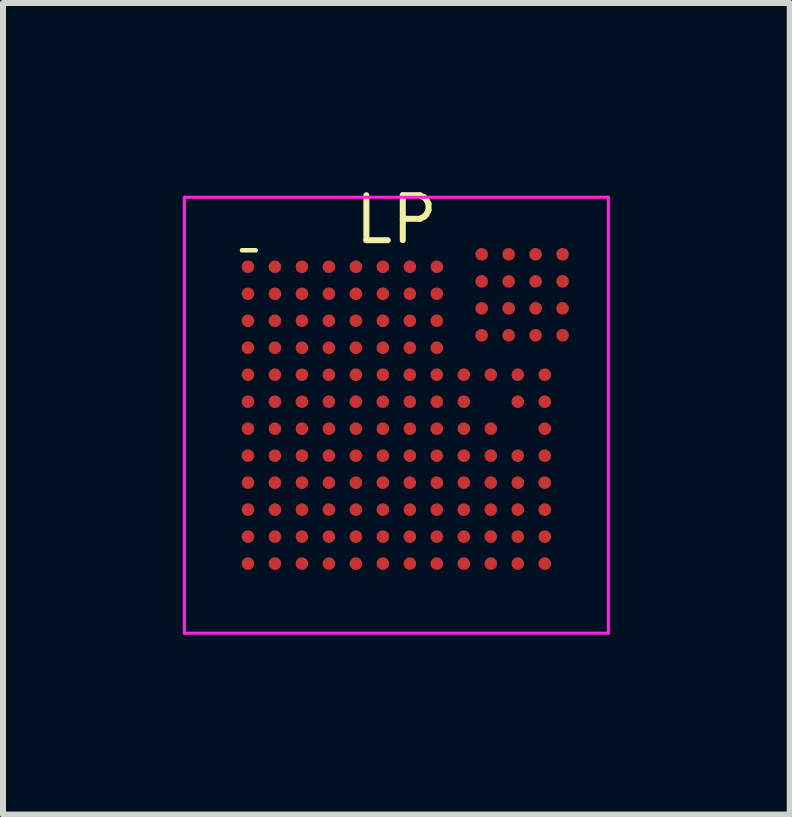
<source format=kicad_pcb>
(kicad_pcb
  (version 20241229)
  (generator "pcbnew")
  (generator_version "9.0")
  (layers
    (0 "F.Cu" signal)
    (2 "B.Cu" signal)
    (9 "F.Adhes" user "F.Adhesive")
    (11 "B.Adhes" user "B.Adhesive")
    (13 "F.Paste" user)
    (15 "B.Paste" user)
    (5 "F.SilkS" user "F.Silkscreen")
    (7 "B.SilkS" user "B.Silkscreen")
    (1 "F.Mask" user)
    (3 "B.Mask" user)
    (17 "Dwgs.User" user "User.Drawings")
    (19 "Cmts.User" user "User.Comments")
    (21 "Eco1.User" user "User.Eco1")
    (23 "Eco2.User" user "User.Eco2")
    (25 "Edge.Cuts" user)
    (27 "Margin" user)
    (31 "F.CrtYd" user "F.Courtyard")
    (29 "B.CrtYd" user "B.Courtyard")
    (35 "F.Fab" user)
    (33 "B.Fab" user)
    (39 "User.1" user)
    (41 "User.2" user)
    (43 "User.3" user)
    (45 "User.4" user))
  (footprint "LP"
    (layer "F.Cu")
    (at 3.56 3.874)
    (property "Reference" "LP" (at 0 -3.26 0) (layer "F.SilkS") (effects (font (size 0.75 0.75) (thickness 0.1))))
    (fp_line (start -2.575 -2.75) (end -2.346 -2.75) (stroke (width 0.076) (type solid)) (layer "F.SilkS"))
    (fp_line (start -3.535 -3.635) (end -3.535 3.635) (stroke (width 0.05) (type solid)) (layer "F.CrtYd"))
    (fp_line (start -3.535 3.635) (end 3.535 3.635) (stroke (width 0.05) (type solid)) (layer "F.CrtYd"))
    (fp_line (start 3.535 -3.635) (end -3.535 -3.635) (stroke (width 0.05) (type solid)) (layer "F.CrtYd"))
    (fp_line (start 3.535 3.635) (end 3.535 -3.635) (stroke (width 0.05) (type solid)) (layer "F.CrtYd"))
    (pad "A1" smd circle (at -2.475 -2.475) (size 0.21 0.21) (layers "F.Cu" "F.Mask"))
    (pad "A2" smd circle (at -2.025 -2.475) (size 0.21 0.21) (layers "F.Cu" "F.Mask"))
    (pad "A3" smd circle (at -1.575 -2.475) (size 0.21 0.21) (layers "F.Cu" "F.Mask"))
    (pad "A4" smd circle (at -1.125 -2.475) (size 0.21 0.21) (layers "F.Cu" "F.Mask"))
    (pad "A5" smd circle (at -0.675 -2.475) (size 0.21 0.21) (layers "F.Cu" "F.Mask"))
    (pad "A6" smd circle (at -0.225 -2.475) (size 0.21 0.21) (layers "F.Cu" "F.Mask"))
    (pad "A7" smd circle (at 0.225 -2.475) (size 0.21 0.21) (layers "F.Cu" "F.Mask"))
    (pad "A8" smd circle (at 0.675 -2.475) (size 0.21 0.21) (layers "F.Cu" "F.Mask"))
    (pad "A9" smd circle (at 1.423 -2.683) (size 0.21 0.21) (layers "F.Cu" "F.Mask"))
    (pad "A10" smd circle (at 1.873 -2.683) (size 0.21 0.21) (layers "F.Cu" "F.Mask"))
    (pad "A11" smd circle (at 2.322 -2.683) (size 0.21 0.21) (layers "F.Cu" "F.Mask"))
    (pad "A12" smd circle (at 2.772 -2.683) (size 0.21 0.21) (layers "F.Cu" "F.Mask"))
    (pad "B1" smd circle (at -2.475 -2.025) (size 0.21 0.21) (layers "F.Cu" "F.Mask"))
    (pad "B2" smd circle (at -2.025 -2.025) (size 0.21 0.21) (layers "F.Cu" "F.Mask"))
    (pad "B3" smd circle (at -1.575 -2.025) (size 0.21 0.21) (layers "F.Cu" "F.Mask"))
    (pad "B4" smd circle (at -1.125 -2.025) (size 0.21 0.21) (layers "F.Cu" "F.Mask"))
    (pad "B5" smd circle (at -0.675 -2.025) (size 0.21 0.21) (layers "F.Cu" "F.Mask"))
    (pad "B6" smd circle (at -0.225 -2.025) (size 0.21 0.21) (layers "F.Cu" "F.Mask"))
    (pad "B7" smd circle (at 0.225 -2.025) (size 0.21 0.21) (layers "F.Cu" "F.Mask"))
    (pad "B8" smd circle (at 0.675 -2.025) (size 0.21 0.21) (layers "F.Cu" "F.Mask"))
    (pad "B9" smd circle (at 1.423 -2.232) (size 0.21 0.21) (layers "F.Cu" "F.Mask"))
    (pad "B10" smd circle (at 1.873 -2.232) (size 0.21 0.21) (layers "F.Cu" "F.Mask"))
    (pad "B11" smd circle (at 2.322 -2.232) (size 0.21 0.21) (layers "F.Cu" "F.Mask"))
    (pad "B12" smd circle (at 2.772 -2.232) (size 0.21 0.21) (layers "F.Cu" "F.Mask"))
    (pad "C1" smd circle (at -2.475 -1.575) (size 0.21 0.21) (layers "F.Cu" "F.Mask"))
    (pad "C2" smd circle (at -2.025 -1.575) (size 0.21 0.21) (layers "F.Cu" "F.Mask"))
    (pad "C3" smd circle (at -1.575 -1.575) (size 0.21 0.21) (layers "F.Cu" "F.Mask"))
    (pad "C4" smd circle (at -1.125 -1.575) (size 0.21 0.21) (layers "F.Cu" "F.Mask"))
    (pad "C5" smd circle (at -0.675 -1.575) (size 0.21 0.21) (layers "F.Cu" "F.Mask"))
    (pad "C6" smd circle (at -0.225 -1.575) (size 0.21 0.21) (layers "F.Cu" "F.Mask"))
    (pad "C7" smd circle (at 0.225 -1.575) (size 0.21 0.21) (layers "F.Cu" "F.Mask"))
    (pad "C8" smd circle (at 0.675 -1.575) (size 0.21 0.21) (layers "F.Cu" "F.Mask"))
    (pad "C9" smd circle (at 1.423 -1.782) (size 0.21 0.21) (layers "F.Cu" "F.Mask"))
    (pad "C10" smd circle (at 1.873 -1.782) (size 0.21 0.21) (layers "F.Cu" "F.Mask"))
    (pad "C11" smd circle (at 2.322 -1.782) (size 0.21 0.21) (layers "F.Cu" "F.Mask"))
    (pad "C12" smd circle (at 2.772 -1.782) (size 0.21 0.21) (layers "F.Cu" "F.Mask"))
    (pad "D1" smd circle (at -2.475 -1.125) (size 0.21 0.21) (layers "F.Cu" "F.Mask"))
    (pad "D2" smd circle (at -2.025 -1.125) (size 0.21 0.21) (layers "F.Cu" "F.Mask"))
    (pad "D3" smd circle (at -1.575 -1.125) (size 0.21 0.21) (layers "F.Cu" "F.Mask"))
    (pad "D4" smd circle (at -1.125 -1.125) (size 0.21 0.21) (layers "F.Cu" "F.Mask"))
    (pad "D5" smd circle (at -0.675 -1.125) (size 0.21 0.21) (layers "F.Cu" "F.Mask"))
    (pad "D6" smd circle (at -0.225 -1.125) (size 0.21 0.21) (layers "F.Cu" "F.Mask"))
    (pad "D7" smd circle (at 0.225 -1.125) (size 0.21 0.21) (layers "F.Cu" "F.Mask"))
    (pad "D8" smd circle (at 0.675 -1.125) (size 0.21 0.21) (layers "F.Cu" "F.Mask"))
    (pad "D9" smd circle (at 1.423 -1.333) (size 0.21 0.21) (layers "F.Cu" "F.Mask"))
    (pad "D10" smd circle (at 1.873 -1.333) (size 0.21 0.21) (layers "F.Cu" "F.Mask"))
    (pad "D11" smd circle (at 2.322 -1.333) (size 0.21 0.21) (layers "F.Cu" "F.Mask"))
    (pad "D12" smd circle (at 2.772 -1.333) (size 0.21 0.21) (layers "F.Cu" "F.Mask"))
    (pad "E1" smd circle (at -2.475 -0.675) (size 0.21 0.21) (layers "F.Cu" "F.Mask"))
    (pad "E2" smd circle (at -2.025 -0.675) (size 0.21 0.21) (layers "F.Cu" "F.Mask"))
    (pad "E3" smd circle (at -1.575 -0.675) (size 0.21 0.21) (layers "F.Cu" "F.Mask"))
    (pad "E4" smd circle (at -1.125 -0.675) (size 0.21 0.21) (layers "F.Cu" "F.Mask"))
    (pad "E5" smd circle (at -0.675 -0.675) (size 0.21 0.21) (layers "F.Cu" "F.Mask"))
    (pad "E6" smd circle (at -0.225 -0.675) (size 0.21 0.21) (layers "F.Cu" "F.Mask"))
    (pad "E7" smd circle (at 0.225 -0.675) (size 0.21 0.21) (layers "F.Cu" "F.Mask"))
    (pad "E8" smd circle (at 0.675 -0.675) (size 0.21 0.21) (layers "F.Cu" "F.Mask"))
    (pad "E9" smd circle (at 1.125 -0.675) (size 0.21 0.21) (layers "F.Cu" "F.Mask"))
    (pad "E10" smd circle (at 1.575 -0.675) (size 0.21 0.21) (layers "F.Cu" "F.Mask"))
    (pad "E11" smd circle (at 2.025 -0.675) (size 0.21 0.21) (layers "F.Cu" "F.Mask"))
    (pad "E12" smd circle (at 2.475 -0.675) (size 0.21 0.21) (layers "F.Cu" "F.Mask"))
    (pad "F1" smd circle (at -2.475 -0.225) (size 0.21 0.21) (layers "F.Cu" "F.Mask"))
    (pad "F2" smd circle (at -2.025 -0.225) (size 0.21 0.21) (layers "F.Cu" "F.Mask"))
    (pad "F3" smd circle (at -1.575 -0.225) (size 0.21 0.21) (layers "F.Cu" "F.Mask"))
    (pad "F4" smd circle (at -1.125 -0.225) (size 0.21 0.21) (layers "F.Cu" "F.Mask"))
    (pad "F5" smd circle (at -0.675 -0.225) (size 0.21 0.21) (layers "F.Cu" "F.Mask"))
    (pad "F6" smd circle (at -0.225 -0.225) (size 0.21 0.21) (layers "F.Cu" "F.Mask"))
    (pad "F7" smd circle (at 0.225 -0.225) (size 0.21 0.21) (layers "F.Cu" "F.Mask"))
    (pad "F8" smd circle (at 0.675 -0.225) (size 0.21 0.21) (layers "F.Cu" "F.Mask"))
    (pad "F9" smd circle (at 1.125 -0.225) (size 0.21 0.21) (layers "F.Cu" "F.Mask"))
    (pad "F11" smd circle (at 2.025 -0.225) (size 0.21 0.21) (layers "F.Cu" "F.Mask"))
    (pad "F12" smd circle (at 2.475 -0.225) (size 0.21 0.21) (layers "F.Cu" "F.Mask"))
    (pad "G1" smd circle (at -2.475 0.225) (size 0.21 0.21) (layers "F.Cu" "F.Mask"))
    (pad "G2" smd circle (at -2.025 0.225) (size 0.21 0.21) (layers "F.Cu" "F.Mask"))
    (pad "G3" smd circle (at -1.575 0.225) (size 0.21 0.21) (layers "F.Cu" "F.Mask"))
    (pad "G4" smd circle (at -1.125 0.225) (size 0.21 0.21) (layers "F.Cu" "F.Mask"))
    (pad "G5" smd circle (at -0.675 0.225) (size 0.21 0.21) (layers "F.Cu" "F.Mask"))
    (pad "G6" smd circle (at -0.225 0.225) (size 0.21 0.21) (layers "F.Cu" "F.Mask"))
    (pad "G7" smd circle (at 0.225 0.225) (size 0.21 0.21) (layers "F.Cu" "F.Mask"))
    (pad "G8" smd circle (at 0.675 0.225) (size 0.21 0.21) (layers "F.Cu" "F.Mask"))
    (pad "G9" smd circle (at 1.125 0.225) (size 0.21 0.21) (layers "F.Cu" "F.Mask"))
    (pad "G10" smd circle (at 1.575 0.225) (size 0.21 0.21) (layers "F.Cu" "F.Mask"))
    (pad "G12" smd circle (at 2.475 0.225) (size 0.21 0.21) (layers "F.Cu" "F.Mask"))
    (pad "H1" smd circle (at -2.475 0.675) (size 0.21 0.21) (layers "F.Cu" "F.Mask"))
    (pad "H2" smd circle (at -2.025 0.675) (size 0.21 0.21) (layers "F.Cu" "F.Mask"))
    (pad "H3" smd circle (at -1.575 0.675) (size 0.21 0.21) (layers "F.Cu" "F.Mask"))
    (pad "H4" smd circle (at -1.125 0.675) (size 0.21 0.21) (layers "F.Cu" "F.Mask"))
    (pad "H5" smd circle (at -0.675 0.675) (size 0.21 0.21) (layers "F.Cu" "F.Mask"))
    (pad "H6" smd circle (at -0.225 0.675) (size 0.21 0.21) (layers "F.Cu" "F.Mask"))
    (pad "H7" smd circle (at 0.225 0.675) (size 0.21 0.21) (layers "F.Cu" "F.Mask"))
    (pad "H8" smd circle (at 0.675 0.675) (size 0.21 0.21) (layers "F.Cu" "F.Mask"))
    (pad "H9" smd circle (at 1.125 0.675) (size 0.21 0.21) (layers "F.Cu" "F.Mask"))
    (pad "H10" smd circle (at 1.575 0.675) (size 0.21 0.21) (layers "F.Cu" "F.Mask"))
    (pad "H11" smd circle (at 2.025 0.675) (size 0.21 0.21) (layers "F.Cu" "F.Mask"))
    (pad "H12" smd circle (at 2.475 0.675) (size 0.21 0.21) (layers "F.Cu" "F.Mask"))
    (pad "J1" smd circle (at -2.475 1.125) (size 0.21 0.21) (layers "F.Cu" "F.Mask"))
    (pad "J2" smd circle (at -2.025 1.125) (size 0.21 0.21) (layers "F.Cu" "F.Mask"))
    (pad "J3" smd circle (at -1.575 1.125) (size 0.21 0.21) (layers "F.Cu" "F.Mask"))
    (pad "J4" smd circle (at -1.125 1.125) (size 0.21 0.21) (layers "F.Cu" "F.Mask"))
    (pad "J5" smd circle (at -0.675 1.125) (size 0.21 0.21) (layers "F.Cu" "F.Mask"))
    (pad "J6" smd circle (at -0.225 1.125) (size 0.21 0.21) (layers "F.Cu" "F.Mask"))
    (pad "J7" smd circle (at 0.225 1.125) (size 0.21 0.21) (layers "F.Cu" "F.Mask"))
    (pad "J8" smd circle (at 0.675 1.125) (size 0.21 0.21) (layers "F.Cu" "F.Mask"))
    (pad "J9" smd circle (at 1.125 1.125) (size 0.21 0.21) (layers "F.Cu" "F.Mask"))
    (pad "J10" smd circle (at 1.575 1.125) (size 0.21 0.21) (layers "F.Cu" "F.Mask"))
    (pad "J11" smd circle (at 2.025 1.125) (size 0.21 0.21) (layers "F.Cu" "F.Mask"))
    (pad "J12" smd circle (at 2.475 1.125) (size 0.21 0.21) (layers "F.Cu" "F.Mask"))
    (pad "K1" smd circle (at -2.475 1.575) (size 0.21 0.21) (layers "F.Cu" "F.Mask"))
    (pad "K2" smd circle (at -2.025 1.575) (size 0.21 0.21) (layers "F.Cu" "F.Mask"))
    (pad "K3" smd circle (at -1.575 1.575) (size 0.21 0.21) (layers "F.Cu" "F.Mask"))
    (pad "K4" smd circle (at -1.125 1.575) (size 0.21 0.21) (layers "F.Cu" "F.Mask"))
    (pad "K5" smd circle (at -0.675 1.575) (size 0.21 0.21) (layers "F.Cu" "F.Mask"))
    (pad "K6" smd circle (at -0.225 1.575) (size 0.21 0.21) (layers "F.Cu" "F.Mask"))
    (pad "K7" smd circle (at 0.225 1.575) (size 0.21 0.21) (layers "F.Cu" "F.Mask"))
    (pad "K8" smd circle (at 0.675 1.575) (size 0.21 0.21) (layers "F.Cu" "F.Mask"))
    (pad "K9" smd circle (at 1.125 1.575) (size 0.21 0.21) (layers "F.Cu" "F.Mask"))
    (pad "K10" smd circle (at 1.575 1.575) (size 0.21 0.21) (layers "F.Cu" "F.Mask"))
    (pad "K11" smd circle (at 2.025 1.575) (size 0.21 0.21) (layers "F.Cu" "F.Mask"))
    (pad "K12" smd circle (at 2.475 1.575) (size 0.21 0.21) (layers "F.Cu" "F.Mask"))
    (pad "L1" smd circle (at -2.475 2.025) (size 0.21 0.21) (layers "F.Cu" "F.Mask"))
    (pad "L2" smd circle (at -2.025 2.025) (size 0.21 0.21) (layers "F.Cu" "F.Mask"))
    (pad "L3" smd circle (at -1.575 2.025) (size 0.21 0.21) (layers "F.Cu" "F.Mask"))
    (pad "L4" smd circle (at -1.125 2.025) (size 0.21 0.21) (layers "F.Cu" "F.Mask"))
    (pad "L5" smd circle (at -0.675 2.025) (size 0.21 0.21) (layers "F.Cu" "F.Mask"))
    (pad "L6" smd circle (at -0.225 2.025) (size 0.21 0.21) (layers "F.Cu" "F.Mask"))
    (pad "L7" smd circle (at 0.225 2.025) (size 0.21 0.21) (layers "F.Cu" "F.Mask"))
    (pad "L8" smd circle (at 0.675 2.025) (size 0.21 0.21) (layers "F.Cu" "F.Mask"))
    (pad "L9" smd circle (at 1.125 2.025) (size 0.21 0.21) (layers "F.Cu" "F.Mask"))
    (pad "L10" smd circle (at 1.575 2.025) (size 0.21 0.21) (layers "F.Cu" "F.Mask"))
    (pad "L11" smd circle (at 2.025 2.025) (size 0.21 0.21) (layers "F.Cu" "F.Mask"))
    (pad "L12" smd circle (at 2.475 2.025) (size 0.21 0.21) (layers "F.Cu" "F.Mask"))
    (pad "M1" smd circle (at -2.475 2.475) (size 0.21 0.21) (layers "F.Cu" "F.Mask"))
    (pad "M2" smd circle (at -2.025 2.475) (size 0.21 0.21) (layers "F.Cu" "F.Mask"))
    (pad "M3" smd circle (at -1.575 2.475) (size 0.21 0.21) (layers "F.Cu" "F.Mask"))
    (pad "M4" smd circle (at -1.125 2.475) (size 0.21 0.21) (layers "F.Cu" "F.Mask"))
    (pad "M5" smd circle (at -0.675 2.475) (size 0.21 0.21) (layers "F.Cu" "F.Mask"))
    (pad "M6" smd circle (at -0.225 2.475) (size 0.21 0.21) (layers "F.Cu" "F.Mask"))
    (pad "M7" smd circle (at 0.225 2.475) (size 0.21 0.21) (layers "F.Cu" "F.Mask"))
    (pad "M8" smd circle (at 0.675 2.475) (size 0.21 0.21) (layers "F.Cu" "F.Mask"))
    (pad "M9" smd circle (at 1.125 2.475) (size 0.21 0.21) (layers "F.Cu" "F.Mask"))
    (pad "M10" smd circle (at 1.575 2.475) (size 0.21 0.21) (layers "F.Cu" "F.Mask"))
    (pad "M11" smd circle (at 2.025 2.475) (size 0.21 0.21) (layers "F.Cu" "F.Mask"))
    (pad "M12" smd circle (at 2.475 2.475) (size 0.21 0.21) (layers "F.Cu" "F.Mask")))
  (gr_rect
    (start -3 -3)
    (end 10.12 10.534)
    (stroke (width 0.1) (type default))
    (fill no)
    (layer "Edge.Cuts")))
</source>
